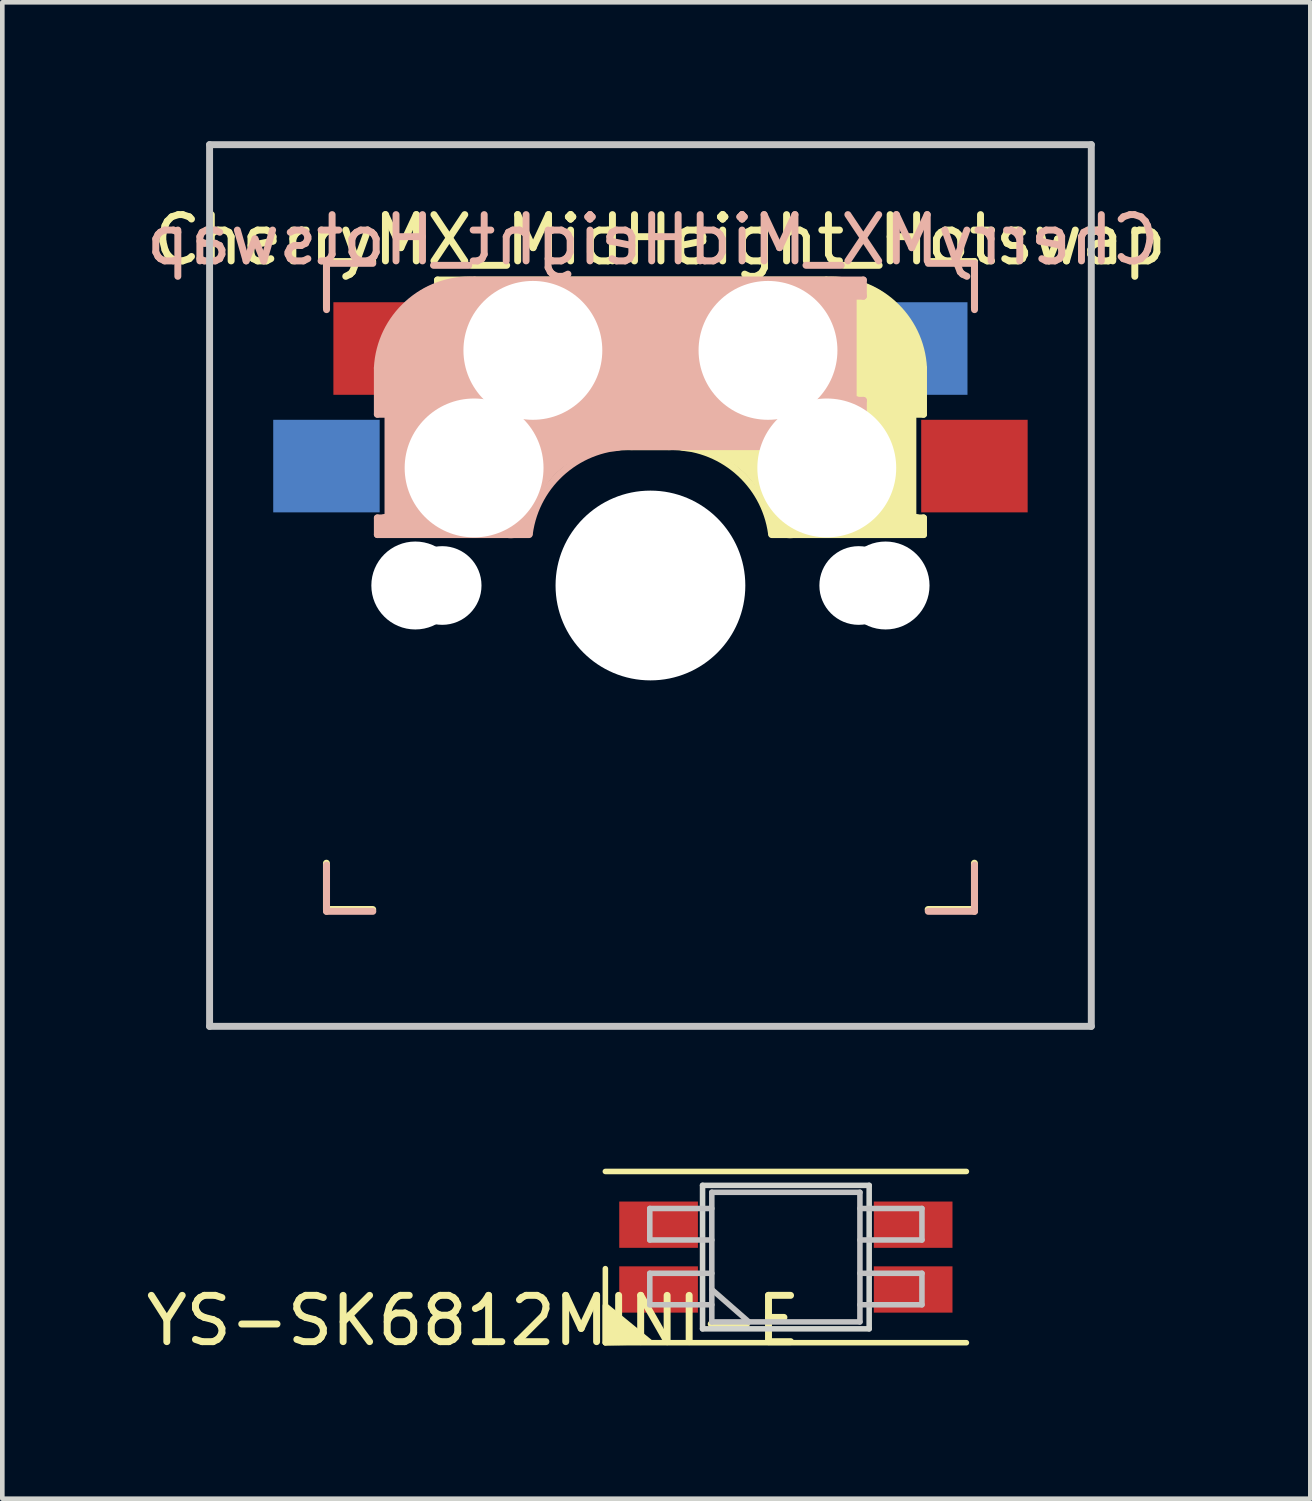
<source format=kicad_pcb>
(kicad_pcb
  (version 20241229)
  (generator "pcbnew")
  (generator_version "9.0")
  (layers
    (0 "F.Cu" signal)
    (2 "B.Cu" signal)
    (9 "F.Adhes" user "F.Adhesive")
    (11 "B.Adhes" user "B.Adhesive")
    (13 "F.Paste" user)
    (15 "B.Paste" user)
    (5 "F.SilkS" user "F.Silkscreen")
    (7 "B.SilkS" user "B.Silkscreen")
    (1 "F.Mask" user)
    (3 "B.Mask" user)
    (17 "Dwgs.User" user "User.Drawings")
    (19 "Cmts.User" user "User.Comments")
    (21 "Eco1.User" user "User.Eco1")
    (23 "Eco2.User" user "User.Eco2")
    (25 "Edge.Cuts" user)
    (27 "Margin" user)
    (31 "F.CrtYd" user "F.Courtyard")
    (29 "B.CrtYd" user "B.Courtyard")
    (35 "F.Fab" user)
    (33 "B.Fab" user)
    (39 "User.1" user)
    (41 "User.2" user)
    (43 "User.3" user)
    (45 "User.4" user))
  (footprint "YS-SK6812MINI-E"
    (layer "F.Cu")
    (at 13.929 24.11)
    (property "Reference" "YS-SK6812MINI-E" (at -6.756 1.372 0) (unlocked yes) (layer "F.SilkS") (effects (font (size 1 1) (thickness 0.15))))
    (attr through_hole)
    (fp_line (start -3.9 0.25) (end -3.9 1.85) (stroke (width 0.12) (type solid)) (layer "F.SilkS"))
    (fp_line (start -3.9 1.85) (end 3.9 1.85) (stroke (width 0.12) (type solid)) (layer "F.SilkS"))
    (fp_line (start 3.9 -1.85) (end -3.9 -1.85) (stroke (width 0.12) (type solid)) (layer "F.SilkS"))
    (fp_poly (pts (xy -2.946 1.829) (xy -3.9 1.85) (xy -3.9 1.05)) (stroke (width 0.12) (type solid)) (fill yes) (layer "F.SilkS"))
    (fp_line (start -2.94 -1.05) (end -2.94 -0.37) (stroke (width 0.12) (type solid)) (layer "Dwgs.User"))
    (fp_line (start -2.94 -0.37) (end -1.6 -0.37) (stroke (width 0.12) (type solid)) (layer "Dwgs.User"))
    (fp_line (start -2.94 0.35) (end -2.94 1.03) (stroke (width 0.12) (type solid)) (layer "Dwgs.User"))
    (fp_line (start -2.94 1.03) (end -1.6 1.03) (stroke (width 0.12) (type solid)) (layer "Dwgs.User"))
    (fp_line (start -1.6 -1.4) (end -1.6 1.4) (stroke (width 0.12) (type solid)) (layer "Dwgs.User"))
    (fp_line (start -1.6 -1.4) (end 1.6 -1.4) (stroke (width 0.12) (type solid)) (layer "Dwgs.User"))
    (fp_line (start -1.6 -1.05) (end -2.94 -1.05) (stroke (width 0.12) (type solid)) (layer "Dwgs.User"))
    (fp_line (start -1.6 0.35) (end -2.94 0.35) (stroke (width 0.12) (type solid)) (layer "Dwgs.User"))
    (fp_line (start -1.6 0.7) (end -0.8 1.4) (stroke (width 0.12) (type solid)) (layer "Dwgs.User"))
    (fp_line (start -1.6 1.4) (end 1.6 1.4) (stroke (width 0.12) (type solid)) (layer "Dwgs.User"))
    (fp_line (start 1.6 -1.4) (end 1.6 1.4) (stroke (width 0.12) (type solid)) (layer "Dwgs.User"))
    (fp_line (start 1.6 -0.37) (end 2.94 -0.37) (stroke (width 0.12) (type solid)) (layer "Dwgs.User"))
    (fp_line (start 1.6 1.03) (end 2.94 1.03) (stroke (width 0.12) (type solid)) (layer "Dwgs.User"))
    (fp_line (start 2.94 -1.05) (end 1.6 -1.05) (stroke (width 0.12) (type solid)) (layer "Dwgs.User"))
    (fp_line (start 2.94 -0.37) (end 2.94 -1.05) (stroke (width 0.12) (type solid)) (layer "Dwgs.User"))
    (fp_line (start 2.94 0.35) (end 1.6 0.35) (stroke (width 0.12) (type solid)) (layer "Dwgs.User"))
    (fp_line (start 2.94 1.03) (end 2.94 0.35) (stroke (width 0.12) (type solid)) (layer "Dwgs.User"))
    (fp_line (start -1.8 -1.55) (end -1.8 1.55) (stroke (width 0.12) (type solid)) (layer "Edge.Cuts"))
    (fp_line (start -1.8 1.55) (end 1.8 1.55) (stroke (width 0.12) (type solid)) (layer "Edge.Cuts"))
    (fp_line (start 1.8 -1.55) (end -1.8 -1.55) (stroke (width 0.12) (type solid)) (layer "Edge.Cuts"))
    (fp_line (start 1.8 1.55) (end 1.8 -1.55) (stroke (width 0.12) (type solid)) (layer "Edge.Cuts"))
    (pad "1" smd rect (at 2.75 -0.7) (size 1.7 1) (layers "F.Cu" "F.Mask" "F.Paste"))
    (pad "2" smd rect (at 2.75 0.7) (size 1.7 1) (layers "F.Cu" "F.Mask" "F.Paste"))
    (pad "3" smd rect (at -2.75 0.7) (size 1.7 1) (layers "F.Cu" "F.Mask" "F.Paste"))
    (pad "4" smd rect (at -2.75 -0.7) (size 1.7 1) (layers "F.Cu" "F.Mask" "F.Paste")))
  (footprint "CherryMX_MidHeight_Hotswap"
    (layer "F.Cu")
    (at 11.003 9.6)
    (property "Reference" "CherryMX_MidHeight_Hotswap" (at 0.203 -7.468 0) (unlocked yes) (layer "F.SilkS") (effects (font (size 1 1) (thickness 0.15))))
    (attr through_hole)
    (fp_line (start -7 -7) (end -6 -7) (stroke (width 0.15) (type solid)) (layer "F.SilkS"))
    (fp_line (start -7 -6) (end -7 -7) (stroke (width 0.15) (type solid)) (layer "F.SilkS"))
    (fp_line (start -7 6) (end -7 7) (stroke (width 0.15) (type solid)) (layer "F.SilkS"))
    (fp_line (start -7 7) (end -6 7) (stroke (width 0.15) (type solid)) (layer "F.SilkS"))
    (fp_line (start -4.6 -6.6) (end 3.8 -6.6) (stroke (width 0.15) (type solid)) (layer "F.SilkS"))
    (fp_line (start -4.6 -6.25) (end -4.6 -6.6) (stroke (width 0.15) (type solid)) (layer "F.SilkS"))
    (fp_line (start -4.6 -4) (end -4.4 -4) (stroke (width 0.15) (type solid)) (layer "F.SilkS"))
    (fp_line (start -4.6 -3) (end -4.6 -4) (stroke (width 0.15) (type solid)) (layer "F.SilkS"))
    (fp_line (start -4.4 -6.4) (end -3 -6.4) (stroke (width 0.4) (type solid)) (layer "F.SilkS"))
    (fp_line (start -4.4 -6.25) (end -4.6 -6.25) (stroke (width 0.15) (type solid)) (layer "F.SilkS"))
    (fp_line (start -4.4 -3.9) (end -4.4 -3.2) (stroke (width 0.4) (type solid)) (layer "F.SilkS"))
    (fp_line (start -4.38 -4) (end -4.38 -6.25) (stroke (width 0.15) (type solid)) (layer "F.SilkS"))
    (fp_line (start -4.3 -3.3) (end -2.9 -3.3) (stroke (width 0.5) (type solid)) (layer "F.SilkS"))
    (fp_line (start -3.9 -6) (end -3.9 -3.5) (stroke (width 1) (type solid)) (layer "F.SilkS"))
    (fp_line (start -2.6 -4.8) (end 4.1 -4.8) (stroke (width 3.5) (type solid)) (layer "F.SilkS"))
    (fp_line (start 0.4 -3) (end -4.6 -3) (stroke (width 0.15) (type solid)) (layer "F.SilkS"))
    (fp_line (start 4.17 -5.1) (end 4.17 -2.86) (stroke (width 3) (type solid)) (layer "F.SilkS"))
    (fp_line (start 5.3 -1.6) (end 5.3 -3.4) (stroke (width 0.8) (type solid)) (layer "F.SilkS"))
    (fp_line (start 5.67 -3.7) (end 5.67 -1.46) (stroke (width 0.15) (type solid)) (layer "F.SilkS"))
    (fp_line (start 5.7 -1.46) (end 5.9 -1.46) (stroke (width 0.15) (type solid)) (layer "F.SilkS"))
    (fp_line (start 5.7 -1.3) (end 3 -1.3) (stroke (width 0.5) (type solid)) (layer "F.SilkS"))
    (fp_line (start 5.8 -3.8) (end 5.8 -4.7) (stroke (width 0.3) (type solid)) (layer "F.SilkS"))
    (fp_line (start 5.9 -4.7) (end 5.9 -3.7) (stroke (width 0.15) (type solid)) (layer "F.SilkS"))
    (fp_line (start 5.9 -3.7) (end 5.7 -3.7) (stroke (width 0.15) (type solid)) (layer "F.SilkS"))
    (fp_line (start 5.9 -1.1) (end 2.62 -1.1) (stroke (width 0.15) (type solid)) (layer "F.SilkS"))
    (fp_line (start 5.9 -1.1) (end 5.9 -1.46) (stroke (width 0.15) (type solid)) (layer "F.SilkS"))
    (fp_line (start 6 7) (end 7 7) (stroke (width 0.15) (type solid)) (layer "F.SilkS"))
    (fp_line (start 7 -7) (end 6 -7) (stroke (width 0.15) (type solid)) (layer "F.SilkS"))
    (fp_line (start 7 -7) (end 7 -6) (stroke (width 0.15) (type solid)) (layer "F.SilkS"))
    (fp_line (start 7 7) (end 7 6) (stroke (width 0.15) (type solid)) (layer "F.SilkS"))
    (fp_arc (start 0.4 -3) (mid 1.868709 -2.486118) (end 2.616318 -1.121471) (stroke (width 0.15) (type solid)) (layer "F.SilkS"))
    (fp_arc (start 0.8 -3.4) (mid 2.268709 -2.886118) (end 3.016318 -1.521471) (stroke (width 1) (type solid)) (layer "F.SilkS"))
    (fp_arc (start 3.8 -6.600001) (mid 5.243504 -6.084925) (end 5.900001 -4.7) (stroke (width 0.15) (type solid)) (layer "F.SilkS"))
    (fp_line (start -6.998 -6.96) (end -5.998 -6.96) (stroke (width 0.15) (type solid)) (layer "B.SilkS"))
    (fp_line (start -6.998 -5.96) (end -6.998 -6.96) (stroke (width 0.15) (type solid)) (layer "B.SilkS"))
    (fp_line (start -6.998 6.04) (end -6.998 7.04) (stroke (width 0.15) (type solid)) (layer "B.SilkS"))
    (fp_line (start -6.998 7.04) (end -5.998 7.04) (stroke (width 0.15) (type solid)) (layer "B.SilkS"))
    (fp_line (start -5.9 -4.7) (end -5.9 -3.7) (stroke (width 0.15) (type solid)) (layer "B.SilkS"))
    (fp_line (start -5.9 -3.7) (end -5.7 -3.7) (stroke (width 0.15) (type solid)) (layer "B.SilkS"))
    (fp_line (start -5.9 -1.1) (end -5.9 -1.46) (stroke (width 0.15) (type solid)) (layer "B.SilkS"))
    (fp_line (start -5.9 -1.1) (end -2.62 -1.1) (stroke (width 0.15) (type solid)) (layer "B.SilkS"))
    (fp_line (start -5.8 -3.8) (end -5.8 -4.7) (stroke (width 0.3) (type solid)) (layer "B.SilkS"))
    (fp_line (start -5.7 -1.46) (end -5.9 -1.46) (stroke (width 0.15) (type solid)) (layer "B.SilkS"))
    (fp_line (start -5.7 -1.3) (end -3 -1.3) (stroke (width 0.5) (type solid)) (layer "B.SilkS"))
    (fp_line (start -5.67 -3.7) (end -5.67 -1.46) (stroke (width 0.15) (type solid)) (layer "B.SilkS"))
    (fp_line (start -5.3 -1.6) (end -5.3 -3.4) (stroke (width 0.8) (type solid)) (layer "B.SilkS"))
    (fp_line (start -4.17 -5.1) (end -4.17 -2.86) (stroke (width 3) (type solid)) (layer "B.SilkS"))
    (fp_line (start -0.4 -3) (end 4.6 -3) (stroke (width 0.15) (type solid)) (layer "B.SilkS"))
    (fp_line (start 2.6 -4.8) (end -4.1 -4.8) (stroke (width 3.5) (type solid)) (layer "B.SilkS"))
    (fp_line (start 3.9 -6) (end 3.9 -3.5) (stroke (width 1) (type solid)) (layer "B.SilkS"))
    (fp_line (start 4.3 -3.3) (end 2.9 -3.3) (stroke (width 0.5) (type solid)) (layer "B.SilkS"))
    (fp_line (start 4.38 -4) (end 4.38 -6.25) (stroke (width 0.15) (type solid)) (layer "B.SilkS"))
    (fp_line (start 4.4 -6.4) (end 3 -6.4) (stroke (width 0.4) (type solid)) (layer "B.SilkS"))
    (fp_line (start 4.4 -6.25) (end 4.6 -6.25) (stroke (width 0.15) (type solid)) (layer "B.SilkS"))
    (fp_line (start 4.4 -3.9) (end 4.4 -3.2) (stroke (width 0.4) (type solid)) (layer "B.SilkS"))
    (fp_line (start 4.6 -6.6) (end -3.8 -6.6) (stroke (width 0.15) (type solid)) (layer "B.SilkS"))
    (fp_line (start 4.6 -6.25) (end 4.6 -6.6) (stroke (width 0.15) (type solid)) (layer "B.SilkS"))
    (fp_line (start 4.6 -4) (end 4.4 -4) (stroke (width 0.15) (type solid)) (layer "B.SilkS"))
    (fp_line (start 4.6 -3) (end 4.6 -4) (stroke (width 0.15) (type solid)) (layer "B.SilkS"))
    (fp_line (start 6.002 7.04) (end 7.002 7.04) (stroke (width 0.15) (type solid)) (layer "B.SilkS"))
    (fp_line (start 7.002 -6.96) (end 6.002 -6.96) (stroke (width 0.15) (type solid)) (layer "B.SilkS"))
    (fp_line (start 7.002 -6.96) (end 7.002 -5.96) (stroke (width 0.15) (type solid)) (layer "B.SilkS"))
    (fp_line (start 7.002 7.04) (end 7.002 6.04) (stroke (width 0.15) (type solid)) (layer "B.SilkS"))
    (fp_arc (start -5.9 -4.699999) (mid -5.243504 -6.084924) (end -3.800001 -6.6) (stroke (width 0.15) (type solid)) (layer "B.SilkS"))
    (fp_arc (start -3.016318 -1.521471) (mid -2.268709 -2.886118) (end -0.8 -3.4) (stroke (width 1) (type solid)) (layer "B.SilkS"))
    (fp_arc (start -2.616318 -1.121471) (mid -1.868709 -2.486118) (end -0.4 -3) (stroke (width 0.15) (type solid)) (layer "B.SilkS"))
    (fp_line (start -9.525 -9.525) (end 9.525 -9.525) (stroke (width 0.15) (type solid)) (layer "Dwgs.User"))
    (fp_line (start -9.525 9.525) (end -9.525 -9.525) (stroke (width 0.15) (type solid)) (layer "Dwgs.User"))
    (fp_line (start 9.525 -9.525) (end 9.525 9.525) (stroke (width 0.15) (type solid)) (layer "Dwgs.User"))
    (fp_line (start 9.525 9.525) (end -9.525 9.525) (stroke (width 0.15) (type solid)) (layer "Dwgs.User"))
    (fp_text user "${REFERENCE}" (at 0.051 -7.468 0) (unlocked yes) (layer "B.SilkS") (effects (font (size 1 1) (thickness 0.15)) (justify mirror)))
    (pad "" np_thru_hole circle (at -5.08 0) (size 1.9 1.9) (drill 1.9) (layers "*.Cu" "*.Mask"))
    (pad "" np_thru_hole circle (at -4.5 0) (size 1.7 1.7) (drill 1.7) (layers "*.Cu" "*.Mask"))
    (pad "" np_thru_hole circle (at -3.81 -2.54 180) (size 3 3) (drill 3) (layers "*.Cu" "*.Mask"))
    (pad "" np_thru_hole circle (at -2.54 -5.08 180) (size 3 3) (drill 3) (layers "*.Cu" "*.Mask"))
    (pad "" np_thru_hole circle (at 0 0 90) (size 4.1 4.1) (drill 4.1) (layers "*.Cu" "*.Mask"))
    (pad "" np_thru_hole circle (at 2.54 -5.08 180) (size 3 3) (drill 3) (layers "*.Cu" "*.Mask"))
    (pad "" np_thru_hole circle (at 3.81 -2.54 180) (size 3 3) (drill 3) (layers "*.Cu" "*.Mask"))
    (pad "" np_thru_hole circle (at 4.5 0) (size 1.7 1.7) (drill 1.7) (layers "*.Cu" "*.Mask"))
    (pad "" np_thru_hole circle (at 5.08 0) (size 1.9 1.9) (drill 1.9) (layers "*.Cu" "*.Mask"))
    (pad "1" smd rect (at -7 -2.58 180) (size 2.3 2) (layers "B.Cu" "B.Mask" "B.Paste"))
    (pad "1" smd rect (at 7 -2.58 180) (size 2.3 2) (layers "F.Cu" "F.Mask" "F.Paste"))
    (pad "2" smd rect (at -5.7 -5.12 180) (size 2.3 2) (layers "F.Cu" "F.Mask" "F.Paste"))
    (pad "2" smd rect (at 5.7 -5.12 180) (size 2.3 2) (layers "B.Cu" "B.Mask" "B.Paste")))
  (gr_rect
    (start -3 -3)
    (end 25.26 29.33)
    (stroke (width 0.1) (type default))
    (fill no)
    (layer "Edge.Cuts")))
</source>
